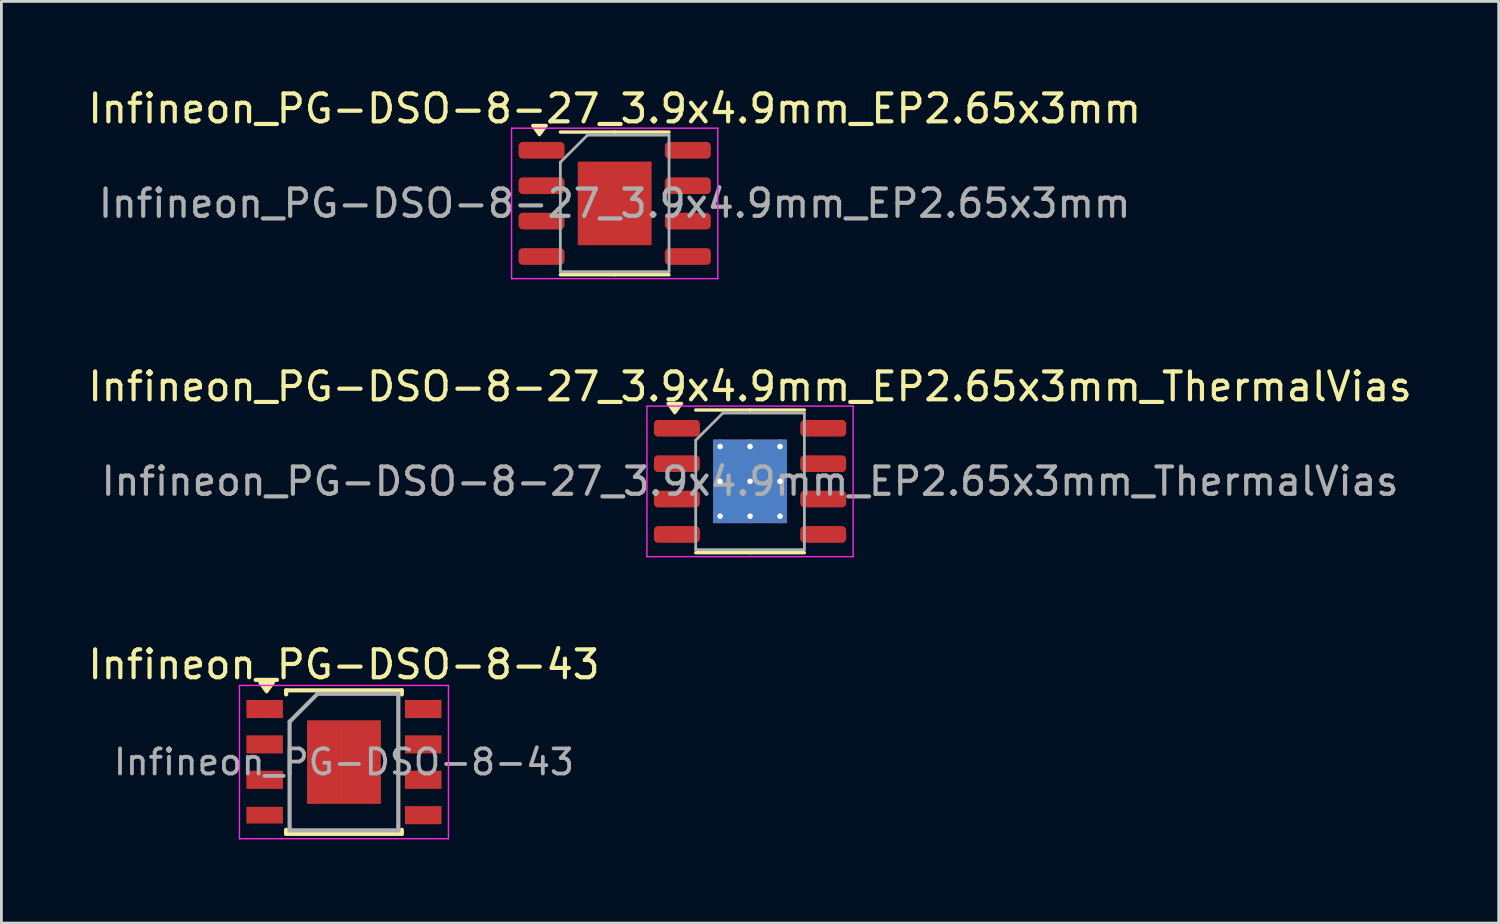
<source format=kicad_pcb>
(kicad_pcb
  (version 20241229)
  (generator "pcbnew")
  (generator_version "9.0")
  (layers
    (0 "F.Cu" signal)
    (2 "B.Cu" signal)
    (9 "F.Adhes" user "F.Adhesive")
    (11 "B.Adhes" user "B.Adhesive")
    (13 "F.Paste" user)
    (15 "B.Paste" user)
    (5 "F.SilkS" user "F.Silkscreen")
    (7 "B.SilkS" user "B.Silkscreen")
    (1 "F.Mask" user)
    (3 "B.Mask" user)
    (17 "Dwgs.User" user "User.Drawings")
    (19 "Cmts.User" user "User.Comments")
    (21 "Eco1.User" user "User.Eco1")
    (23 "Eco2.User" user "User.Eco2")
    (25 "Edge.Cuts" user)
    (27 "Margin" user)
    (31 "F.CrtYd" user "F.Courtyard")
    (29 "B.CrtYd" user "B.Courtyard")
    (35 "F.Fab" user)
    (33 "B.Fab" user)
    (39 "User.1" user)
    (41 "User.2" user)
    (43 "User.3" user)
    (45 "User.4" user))
  (footprint "Infineon_PG-DSO-8-43"
    (layer "F.Cu")
    (at 9.292 24.295)
    (property "Reference" "Infineon_PG-DSO-8-43" (at 0 -3.5 0) (layer "F.SilkS") (effects (font (size 1 1) (thickness 0.15))))
    (attr smd)
    (fp_line (start -2.075 -2.575) (end 2.075 -2.575) (stroke (width 0.15) (type solid)) (layer "F.SilkS"))
    (fp_line (start -2.075 -2.43) (end -2.075 -2.575) (stroke (width 0.15) (type solid)) (layer "F.SilkS"))
    (fp_line (start -2.075 2.575) (end -2.075 2.43) (stroke (width 0.15) (type solid)) (layer "F.SilkS"))
    (fp_line (start -2.075 2.575) (end 2.075 2.575) (stroke (width 0.15) (type solid)) (layer "F.SilkS"))
    (fp_line (start 2.075 -2.575) (end 2.075 -2.43) (stroke (width 0.15) (type solid)) (layer "F.SilkS"))
    (fp_line (start 2.075 2.575) (end 2.075 2.43) (stroke (width 0.15) (type solid)) (layer "F.SilkS"))
    (fp_poly (pts (xy -2.775 -2.525) (xy -3.015 -2.855) (xy -2.535 -2.855) (xy -2.775 -2.525)) (stroke (width 0.12) (type solid)) (fill yes) (layer "F.SilkS"))
    (fp_line (start -3.75 -2.75) (end -3.75 2.75) (stroke (width 0.05) (type solid)) (layer "F.CrtYd"))
    (fp_line (start -3.75 -2.75) (end 3.75 -2.75) (stroke (width 0.05) (type solid)) (layer "F.CrtYd"))
    (fp_line (start -3.75 2.75) (end 3.75 2.75) (stroke (width 0.05) (type solid)) (layer "F.CrtYd"))
    (fp_line (start 3.75 -2.75) (end 3.75 2.75) (stroke (width 0.05) (type solid)) (layer "F.CrtYd"))
    (fp_line (start -1.95 -1.45) (end -0.95 -2.45) (stroke (width 0.15) (type solid)) (layer "F.Fab"))
    (fp_line (start -1.95 2.45) (end -1.95 -1.45) (stroke (width 0.15) (type solid)) (layer "F.Fab"))
    (fp_line (start -0.95 -2.45) (end 1.95 -2.45) (stroke (width 0.15) (type solid)) (layer "F.Fab"))
    (fp_line (start 1.95 -2.45) (end 1.95 2.45) (stroke (width 0.15) (type solid)) (layer "F.Fab"))
    (fp_line (start 1.95 2.45) (end -1.95 2.45) (stroke (width 0.15) (type solid)) (layer "F.Fab"))
    (fp_text user "${REFERENCE}" (at 0 0 0) (layer "F.Fab") (effects (font (size 0.9 0.9) (thickness 0.135))))
    (pad "1" smd rect (at -2.845 -1.905) (size 1.31 0.65) (layers "F.Cu" "F.Mask" "F.Paste"))
    (pad "2" smd rect (at -2.845 -0.635) (size 1.31 0.65) (layers "F.Cu" "F.Mask" "F.Paste"))
    (pad "3" smd rect (at -2.845 0.635) (size 1.31 0.65) (layers "F.Cu" "F.Mask" "F.Paste"))
    (pad "4" smd rect (at -2.845 1.905) (size 1.31 0.6) (layers "F.Cu" "F.Mask" "F.Paste"))
    (pad "5" smd rect (at 2.845 1.905) (size 1.31 0.65) (layers "F.Cu" "F.Mask" "F.Paste"))
    (pad "6" smd rect (at 2.845 0.635) (size 1.31 0.65) (layers "F.Cu" "F.Mask" "F.Paste"))
    (pad "7" smd rect (at 2.845 -0.635) (size 1.31 0.65) (layers "F.Cu" "F.Mask" "F.Paste"))
    (pad "8" smd rect (at 2.845 -1.905) (size 1.31 0.65) (layers "F.Cu" "F.Mask" "F.Paste"))
    (pad "9" smd rect (at -0.662 -0.75) (size 1.325 1.5) (layers "F.Cu" "F.Mask" "F.Paste"))
    (pad "9" smd rect (at -0.662 0.75) (size 1.325 1.5) (layers "F.Cu" "F.Mask" "F.Paste"))
    (pad "9" smd rect (at 0.662 -0.75) (size 1.325 1.5) (layers "F.Cu" "F.Mask" "F.Paste"))
    (pad "9" smd rect (at 0.662 0.75) (size 1.325 1.5) (layers "F.Cu" "F.Mask" "F.Paste")))
  (footprint "Infineon_PG-DSO-8-27_3.9x4.9mm_EP2.65x3mm_ThermalVias"
    (layer "F.Cu")
    (at 23.863 14.222)
    (property "Reference" "Infineon_PG-DSO-8-27_3.9x4.9mm_EP2.65x3mm_ThermalVias" (at 0 -3.4 0) (layer "F.SilkS") (effects (font (size 1 1) (thickness 0.15))))
    (attr smd)
    (fp_line (start 0 -2.56) (end -1.95 -2.56) (stroke (width 0.12) (type solid)) (layer "F.SilkS"))
    (fp_line (start 0 -2.56) (end 1.95 -2.56) (stroke (width 0.12) (type solid)) (layer "F.SilkS"))
    (fp_line (start 0 2.56) (end -1.95 2.56) (stroke (width 0.12) (type solid)) (layer "F.SilkS"))
    (fp_line (start 0 2.56) (end 1.95 2.56) (stroke (width 0.12) (type solid)) (layer "F.SilkS"))
    (fp_poly (pts (xy -2.7 -2.465) (xy -2.94 -2.795) (xy -2.46 -2.795) (xy -2.7 -2.465)) (stroke (width 0.12) (type solid)) (fill yes) (layer "F.SilkS"))
    (fp_line (start -3.7 -2.7) (end -3.7 2.7) (stroke (width 0.05) (type solid)) (layer "F.CrtYd"))
    (fp_line (start -3.7 2.7) (end 3.7 2.7) (stroke (width 0.05) (type solid)) (layer "F.CrtYd"))
    (fp_line (start 3.7 -2.7) (end -3.7 -2.7) (stroke (width 0.05) (type solid)) (layer "F.CrtYd"))
    (fp_line (start 3.7 2.7) (end 3.7 -2.7) (stroke (width 0.05) (type solid)) (layer "F.CrtYd"))
    (fp_line (start -1.95 -1.475) (end -0.975 -2.45) (stroke (width 0.1) (type solid)) (layer "F.Fab"))
    (fp_line (start -1.95 2.45) (end -1.95 -1.475) (stroke (width 0.1) (type solid)) (layer "F.Fab"))
    (fp_line (start -0.975 -2.45) (end 1.95 -2.45) (stroke (width 0.1) (type solid)) (layer "F.Fab"))
    (fp_line (start 1.95 -2.45) (end 1.95 2.45) (stroke (width 0.1) (type solid)) (layer "F.Fab"))
    (fp_line (start 1.95 2.45) (end -1.95 2.45) (stroke (width 0.1) (type solid)) (layer "F.Fab"))
    (fp_text user "${REFERENCE}" (at 0 0 0) (layer "F.Fab") (effects (font (size 0.98 0.98) (thickness 0.15))))
    (pad "" smd roundrect (at -0.66 -0.75) (size 1.11 1.25) (layers "F.Paste") (roundrect_rratio 0.225))
    (pad "" smd roundrect (at -0.66 0.75) (size 1.11 1.25) (layers "F.Paste") (roundrect_rratio 0.225))
    (pad "" smd roundrect (at 0.66 -0.75) (size 1.11 1.25) (layers "F.Paste") (roundrect_rratio 0.225))
    (pad "" smd roundrect (at 0.66 0.75) (size 1.11 1.25) (layers "F.Paste") (roundrect_rratio 0.225))
    (pad "1" smd roundrect (at -2.625 -1.905) (size 1.65 0.6) (layers "F.Cu" "F.Mask" "F.Paste") (roundrect_rratio 0.25))
    (pad "2" smd roundrect (at -2.625 -0.635) (size 1.65 0.6) (layers "F.Cu" "F.Mask" "F.Paste") (roundrect_rratio 0.25))
    (pad "3" smd roundrect (at -2.625 0.635) (size 1.65 0.6) (layers "F.Cu" "F.Mask" "F.Paste") (roundrect_rratio 0.25))
    (pad "4" smd roundrect (at -2.625 1.905) (size 1.65 0.6) (layers "F.Cu" "F.Mask" "F.Paste") (roundrect_rratio 0.25))
    (pad "5" smd roundrect (at 2.625 1.905) (size 1.65 0.6) (layers "F.Cu" "F.Mask" "F.Paste") (roundrect_rratio 0.25))
    (pad "6" smd roundrect (at 2.625 0.635) (size 1.65 0.6) (layers "F.Cu" "F.Mask" "F.Paste") (roundrect_rratio 0.25))
    (pad "7" smd roundrect (at 2.625 -0.635) (size 1.65 0.6) (layers "F.Cu" "F.Mask" "F.Paste") (roundrect_rratio 0.25))
    (pad "8" smd roundrect (at 2.625 -1.905) (size 1.65 0.6) (layers "F.Cu" "F.Mask" "F.Paste") (roundrect_rratio 0.25))
    (pad "9" thru_hole circle (at -1.075 -1.25) (size 0.5 0.5) (drill 0.2) (property pad_prop_heatsink) (layers "*.Cu"))
    (pad "9" thru_hole circle (at -1.075 0) (size 0.5 0.5) (drill 0.2) (property pad_prop_heatsink) (layers "*.Cu"))
    (pad "9" thru_hole circle (at -1.075 1.25) (size 0.5 0.5) (drill 0.2) (property pad_prop_heatsink) (layers "*.Cu"))
    (pad "9" thru_hole circle (at 0 -1.25) (size 0.5 0.5) (drill 0.2) (property pad_prop_heatsink) (layers "*.Cu"))
    (pad "9" thru_hole circle (at 0 0) (size 0.5 0.5) (drill 0.2) (property pad_prop_heatsink) (layers "*.Cu"))
    (pad "9" smd rect (at 0 0) (size 2.65 3) (property pad_prop_heatsink) (layers "F.Cu" "F.Mask"))
    (pad "9" smd rect (at 0 0) (size 2.65 3) (property pad_prop_heatsink) (layers "B.Cu"))
    (pad "9" thru_hole circle (at 0 1.25) (size 0.5 0.5) (drill 0.2) (property pad_prop_heatsink) (layers "*.Cu"))
    (pad "9" thru_hole circle (at 1.075 -1.25) (size 0.5 0.5) (drill 0.2) (property pad_prop_heatsink) (layers "*.Cu"))
    (pad "9" thru_hole circle (at 1.075 0) (size 0.5 0.5) (drill 0.2) (property pad_prop_heatsink) (layers "*.Cu"))
    (pad "9" thru_hole circle (at 1.075 1.25) (size 0.5 0.5) (drill 0.2) (property pad_prop_heatsink) (layers "*.Cu")))
  (footprint "Infineon_PG-DSO-8-27_3.9x4.9mm_EP2.65x3mm"
    (layer "F.Cu")
    (at 19.006 4.248)
    (property "Reference" "Infineon_PG-DSO-8-27_3.9x4.9mm_EP2.65x3mm" (at 0 -3.4 0) (layer "F.SilkS") (effects (font (size 1 1) (thickness 0.15))))
    (attr smd)
    (fp_line (start 0 -2.56) (end -1.95 -2.56) (stroke (width 0.12) (type solid)) (layer "F.SilkS"))
    (fp_line (start 0 -2.56) (end 1.95 -2.56) (stroke (width 0.12) (type solid)) (layer "F.SilkS"))
    (fp_line (start 0 2.56) (end -1.95 2.56) (stroke (width 0.12) (type solid)) (layer "F.SilkS"))
    (fp_line (start 0 2.56) (end 1.95 2.56) (stroke (width 0.12) (type solid)) (layer "F.SilkS"))
    (fp_poly (pts (xy -2.7 -2.465) (xy -2.94 -2.795) (xy -2.46 -2.795) (xy -2.7 -2.465)) (stroke (width 0.12) (type solid)) (fill yes) (layer "F.SilkS"))
    (fp_line (start -3.7 -2.7) (end -3.7 2.7) (stroke (width 0.05) (type solid)) (layer "F.CrtYd"))
    (fp_line (start -3.7 2.7) (end 3.7 2.7) (stroke (width 0.05) (type solid)) (layer "F.CrtYd"))
    (fp_line (start 3.7 -2.7) (end -3.7 -2.7) (stroke (width 0.05) (type solid)) (layer "F.CrtYd"))
    (fp_line (start 3.7 2.7) (end 3.7 -2.7) (stroke (width 0.05) (type solid)) (layer "F.CrtYd"))
    (fp_line (start -1.95 -1.475) (end -0.975 -2.45) (stroke (width 0.1) (type solid)) (layer "F.Fab"))
    (fp_line (start -1.95 2.45) (end -1.95 -1.475) (stroke (width 0.1) (type solid)) (layer "F.Fab"))
    (fp_line (start -0.975 -2.45) (end 1.95 -2.45) (stroke (width 0.1) (type solid)) (layer "F.Fab"))
    (fp_line (start 1.95 -2.45) (end 1.95 2.45) (stroke (width 0.1) (type solid)) (layer "F.Fab"))
    (fp_line (start 1.95 2.45) (end -1.95 2.45) (stroke (width 0.1) (type solid)) (layer "F.Fab"))
    (fp_text user "${REFERENCE}" (at 0 0 0) (layer "F.Fab") (effects (font (size 0.98 0.98) (thickness 0.15))))
    (pad "" smd roundrect (at -0.66 -0.75) (size 1.07 1.21) (layers "F.Paste") (roundrect_rratio 0.234))
    (pad "" smd roundrect (at -0.66 0.75) (size 1.07 1.21) (layers "F.Paste") (roundrect_rratio 0.234))
    (pad "" smd roundrect (at 0.66 -0.75) (size 1.07 1.21) (layers "F.Paste") (roundrect_rratio 0.234))
    (pad "" smd roundrect (at 0.66 0.75) (size 1.07 1.21) (layers "F.Paste") (roundrect_rratio 0.234))
    (pad "1" smd roundrect (at -2.625 -1.905) (size 1.65 0.6) (layers "F.Cu" "F.Mask" "F.Paste") (roundrect_rratio 0.25))
    (pad "2" smd roundrect (at -2.625 -0.635) (size 1.65 0.6) (layers "F.Cu" "F.Mask" "F.Paste") (roundrect_rratio 0.25))
    (pad "3" smd roundrect (at -2.625 0.635) (size 1.65 0.6) (layers "F.Cu" "F.Mask" "F.Paste") (roundrect_rratio 0.25))
    (pad "4" smd roundrect (at -2.625 1.905) (size 1.65 0.6) (layers "F.Cu" "F.Mask" "F.Paste") (roundrect_rratio 0.25))
    (pad "5" smd roundrect (at 2.625 1.905) (size 1.65 0.6) (layers "F.Cu" "F.Mask" "F.Paste") (roundrect_rratio 0.25))
    (pad "6" smd roundrect (at 2.625 0.635) (size 1.65 0.6) (layers "F.Cu" "F.Mask" "F.Paste") (roundrect_rratio 0.25))
    (pad "7" smd roundrect (at 2.625 -0.635) (size 1.65 0.6) (layers "F.Cu" "F.Mask" "F.Paste") (roundrect_rratio 0.25))
    (pad "8" smd roundrect (at 2.625 -1.905) (size 1.65 0.6) (layers "F.Cu" "F.Mask" "F.Paste") (roundrect_rratio 0.25))
    (pad "9" smd rect (at 0 0) (size 2.65 3) (property pad_prop_heatsink) (layers "F.Cu" "F.Mask")))
  (gr_rect
    (start -3 -3)
    (end 50.726 30.07)
    (stroke (width 0.1) (type default))
    (fill no)
    (layer "Edge.Cuts")))
</source>
